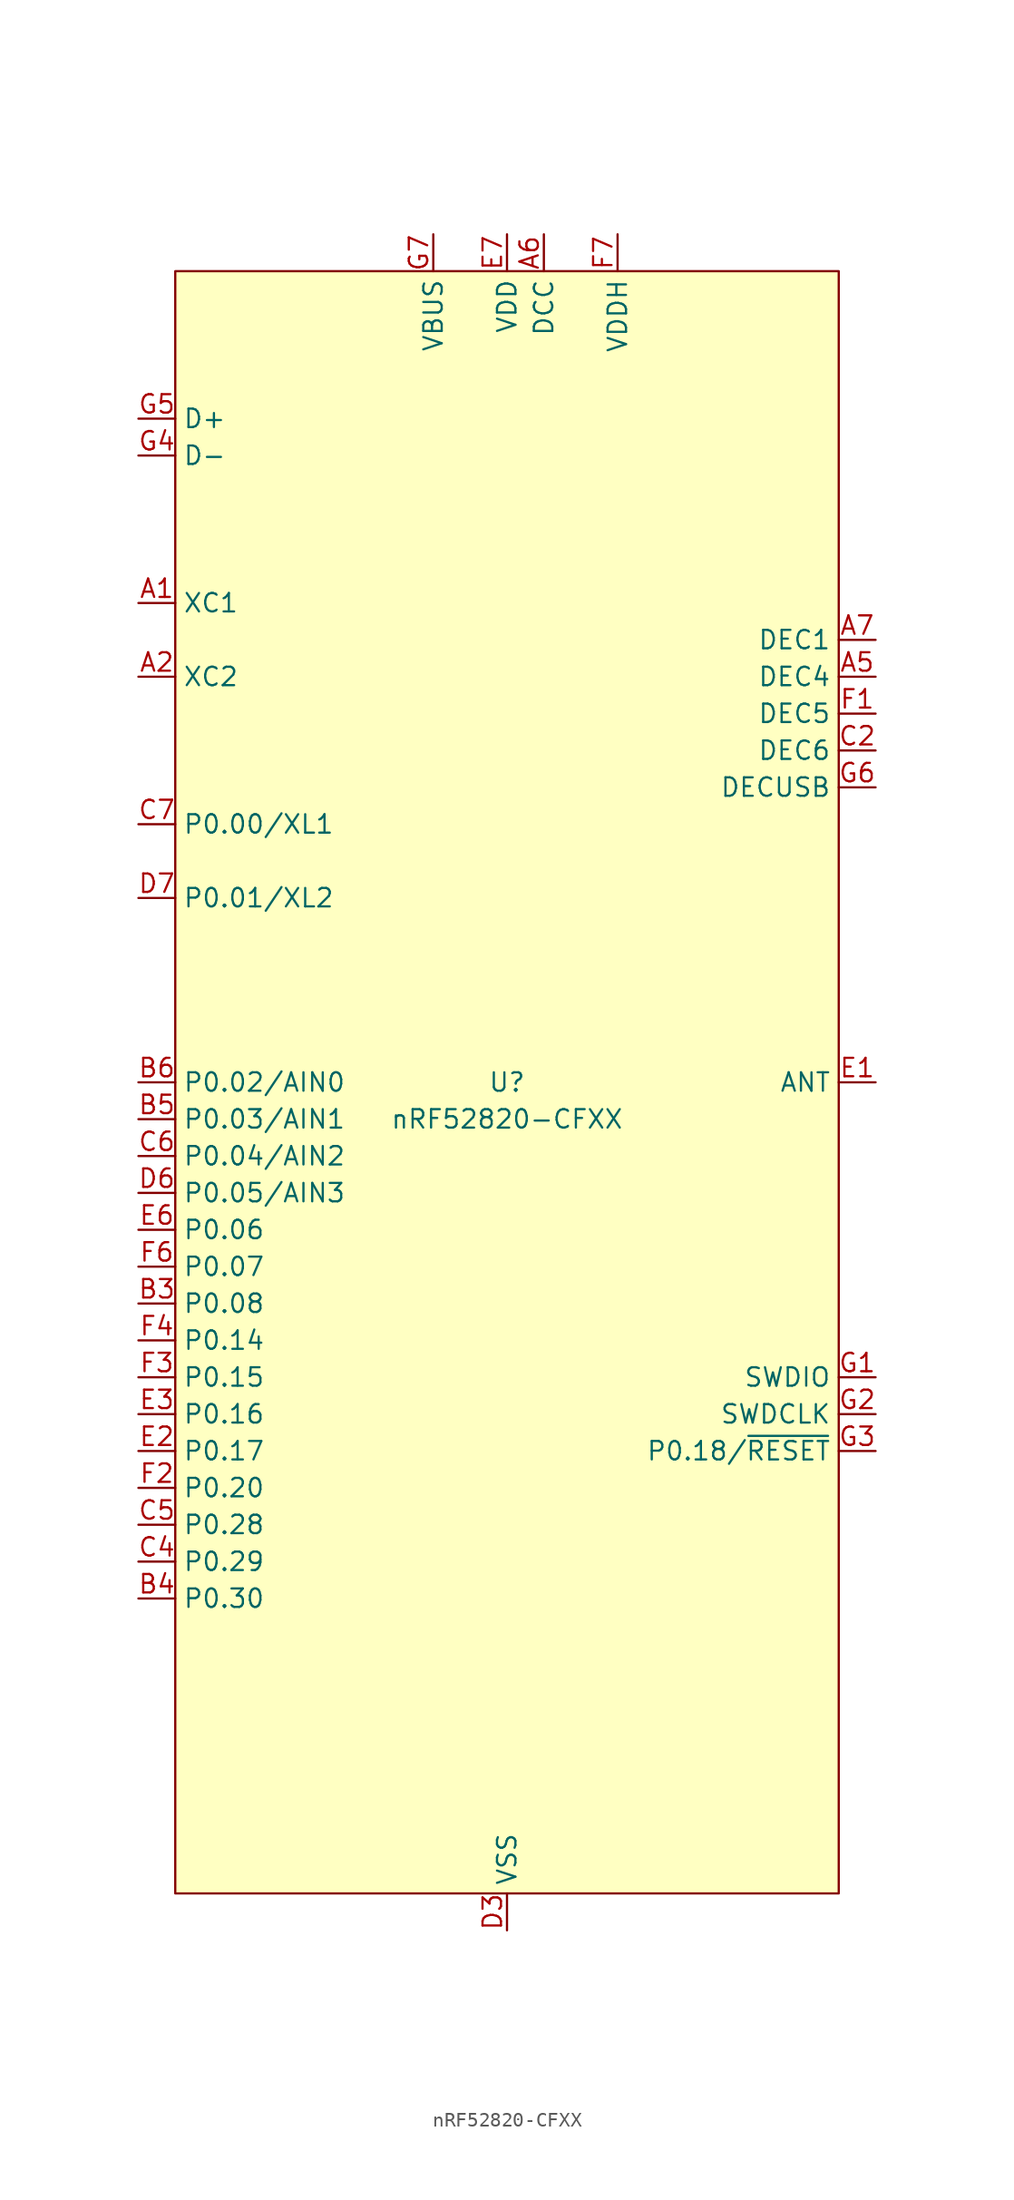
<source format=kicad_sym>
(kicad_symbol_lib
  (version 20241209)
  (generator "kicad_symbol_editor")
  (generator_version "9.0")
  (symbol "nRF52820-CFXX"
    (property "Reference" "U"
      (at 0 0 0)
      (do_not_autoplace)
      (effects (font (size 1.27 1.27))))
    (property "Value" "nRF52820-CFXX"
      (at 0 -2.54 0)
      (do_not_autoplace)
      (effects (font (size 1.27 1.27))))
    (symbol "nRF52820-CFXX_0_0"
      (pin unspecified line (at -25.4 45.72 0) (length 2.54) (name "D+" (effects (font (size 1.27 1.27)))) (number "G5" (effects (font (size 1.27 1.27)))))
      (pin unspecified line (at -25.4 43.18 0) (length 2.54) (name "D-" (effects (font (size 1.27 1.27)))) (number "G4" (effects (font (size 1.27 1.27)))))
      (pin unspecified line (at -25.4 33.02 0) (length 2.54) (name "XC1" (effects (font (size 1.27 1.27)))) (number "A1" (effects (font (size 1.27 1.27)))))
      (pin unspecified line (at -25.4 27.94 0) (length 2.54) (name "XC2" (effects (font (size 1.27 1.27)))) (number "A2" (effects (font (size 1.27 1.27)))))
      (pin unspecified line (at -25.4 17.78 0) (length 2.54) (name "P0.00/XL1" (effects (font (size 1.27 1.27)))) (number "C7" (effects (font (size 1.27 1.27)))))
      (pin unspecified line (at -25.4 12.7 0) (length 2.54) (name "P0.01/XL2" (effects (font (size 1.27 1.27)))) (number "D7" (effects (font (size 1.27 1.27)))))
      (pin unspecified line (at -25.4 0 0) (length 2.54) (name "P0.02/AIN0" (effects (font (size 1.27 1.27)))) (number "B6" (effects (font (size 1.27 1.27)))))
      (pin unspecified line (at -25.4 -2.54 0) (length 2.54) (name "P0.03/AIN1" (effects (font (size 1.27 1.27)))) (number "B5" (effects (font (size 1.27 1.27)))))
      (pin unspecified line (at -25.4 -5.08 0) (length 2.54) (name "P0.04/AIN2" (effects (font (size 1.27 1.27)))) (number "C6" (effects (font (size 1.27 1.27)))))
      (pin unspecified line (at -25.4 -7.62 0) (length 2.54) (name "P0.05/AIN3" (effects (font (size 1.27 1.27)))) (number "D6" (effects (font (size 1.27 1.27)))))
      (pin unspecified line (at -25.4 -10.16 0) (length 2.54) (name "P0.06" (effects (font (size 1.27 1.27)))) (number "E6" (effects (font (size 1.27 1.27)))))
      (pin unspecified line (at -25.4 -12.7 0) (length 2.54) (name "P0.07" (effects (font (size 1.27 1.27)))) (number "F6" (effects (font (size 1.27 1.27)))))
      (pin unspecified line (at -25.4 -15.24 0) (length 2.54) (name "P0.08" (effects (font (size 1.27 1.27)))) (number "B3" (effects (font (size 1.27 1.27)))))
      (pin unspecified line (at -25.4 -17.78 0) (length 2.54) (name "P0.14" (effects (font (size 1.27 1.27)))) (number "F4" (effects (font (size 1.27 1.27)))))
      (pin unspecified line (at -25.4 -20.32 0) (length 2.54) (name "P0.15" (effects (font (size 1.27 1.27)))) (number "F3" (effects (font (size 1.27 1.27)))))
      (pin unspecified line (at -25.4 -22.86 0) (length 2.54) (name "P0.16" (effects (font (size 1.27 1.27)))) (number "E3" (effects (font (size 1.27 1.27)))))
      (pin unspecified line (at -25.4 -25.4 0) (length 2.54) (name "P0.17" (effects (font (size 1.27 1.27)))) (number "E2" (effects (font (size 1.27 1.27)))))
      (pin unspecified line (at -25.4 -27.94 0) (length 2.54) (name "P0.20" (effects (font (size 1.27 1.27)))) (number "F2" (effects (font (size 1.27 1.27)))))
      (pin unspecified line (at -25.4 -30.48 0) (length 2.54) (name "P0.28" (effects (font (size 1.27 1.27)))) (number "C5" (effects (font (size 1.27 1.27)))))
      (pin unspecified line (at -25.4 -33.02 0) (length 2.54) (name "P0.29" (effects (font (size 1.27 1.27)))) (number "C4" (effects (font (size 1.27 1.27)))))
      (pin unspecified line (at -25.4 -35.56 0) (length 2.54) (name "P0.30" (effects (font (size 1.27 1.27)))) (number "B4" (effects (font (size 1.27 1.27)))))
      (pin unspecified line (at -5.08 58.42 270) (length 2.54) (name "VBUS" (effects (font (size 1.27 1.27)))) (number "G7" (effects (font (size 1.27 1.27)))))
      (pin unspecified line (at 0 58.42 270) (length 2.54) (name "VDD" (effects (font (size 1.27 1.27)))) (number "E7" (effects (font (size 1.27 1.27)))))
      (pin unspecified line (at 0 -58.42 90) (length 2.54) (name "VSS" (effects (font (size 1.27 1.27)))) (number "D3" (effects (font (size 1.27 1.27)))))
      (pin unspecified line (at 2.54 58.42 270) (length 2.54) (name "DCC" (effects (font (size 1.27 1.27)))) (number "A6" (effects (font (size 1.27 1.27)))))
      (pin unspecified line (at 7.62 58.42 270) (length 2.54) (name "VDDH" (effects (font (size 1.27 1.27)))) (number "F7" (effects (font (size 1.27 1.27)))))
      (pin unspecified line (at 25.4 20.32 180) (length 2.54) (name "DECUSB" (effects (font (size 1.27 1.27)))) (number "G6" (effects (font (size 1.27 1.27)))))
      (pin unspecified line (at 25.4 0 180) (length 2.54) (name "ANT" (effects (font (size 1.27 1.27)))) (number "E1" (effects (font (size 1.27 1.27)))))
      (pin unspecified line (at 25.4 -20.32 180) (length 2.54) (name "SWDIO" (effects (font (size 1.27 1.27)))) (number "G1" (effects (font (size 1.27 1.27)))))
      (pin unspecified line (at 25.4 -22.86 180) (length 2.54) (name "SWDCLK" (effects (font (size 1.27 1.27)))) (number "G2" (effects (font (size 1.27 1.27))))))
    (symbol "nRF52820-CFXX_1_0"
      (pin unspecified line (at 0 58.42 270) (length 2.54) (hide yes) (name "VDD" (effects (font (size 1.27 1.27)))) (number "A3" (effects (font (size 1.27 1.27)))))
      (pin unspecified line (at 0 58.42 270) (length 2.54) (hide yes) (name "VDD" (effects (font (size 1.27 1.27)))) (number "B7" (effects (font (size 1.27 1.27)))))
      (pin unspecified line (at 0 -58.42 90) (length 2.54) (hide yes) (name "VSS" (effects (font (size 1.27 1.27)))) (number "A4" (effects (font (size 1.27 1.27)))))
      (pin unspecified line (at 0 -58.42 90) (length 2.54) (hide yes) (name "VSS_PA" (effects (font (size 1.27 1.27)))) (number "C1" (effects (font (size 1.27 1.27)))))
      (pin unspecified line (at 0 -58.42 90) (length 2.54) (hide yes) (name "VSS" (effects (font (size 1.27 1.27)))) (number "D4" (effects (font (size 1.27 1.27)))))
      (pin unspecified line (at 0 -58.42 90) (length 2.54) (hide yes) (name "VSS" (effects (font (size 1.27 1.27)))) (number "D5" (effects (font (size 1.27 1.27)))))
      (pin unspecified line (at 0 -58.42 90) (length 2.54) (hide yes) (name "VSS" (effects (font (size 1.27 1.27)))) (number "E4" (effects (font (size 1.27 1.27)))))
      (pin unspecified line (at 0 -58.42 90) (length 2.54) (hide yes) (name "VSS" (effects (font (size 1.27 1.27)))) (number "E5" (effects (font (size 1.27 1.27)))))
      (pin unspecified line (at 0 -58.42 90) (length 2.54) (hide yes) (name "VSS" (effects (font (size 1.27 1.27)))) (number "F5" (effects (font (size 1.27 1.27)))))
      (pin unspecified line (at 25.4 30.48 180) (length 2.54) (name "DEC1" (effects (font (size 1.27 1.27)))) (number "A7" (effects (font (size 1.27 1.27)))))
      (pin unspecified line (at 25.4 27.94 180) (length 2.54) (name "DEC4" (effects (font (size 1.27 1.27)))) (number "A5" (effects (font (size 1.27 1.27)))))
      (pin unspecified line (at 25.4 25.4 180) (length 2.54) (name "DEC5" (effects (font (size 1.27 1.27)))) (number "F1" (effects (font (size 1.27 1.27)))))
      (pin unspecified line (at 25.4 22.86 180) (length 2.54) (name "DEC6" (effects (font (size 1.27 1.27)))) (number "C2" (effects (font (size 1.27 1.27)))))
      (pin unspecified line (at 25.4 -25.4 180) (length 2.54) (name "P0.18/~{RESET}" (effects (font (size 1.27 1.27)))) (number "G3" (effects (font (size 1.27 1.27))))))
    (symbol "nRF52820-CFXX_1_1"
      (rectangle (start -22.86 55.88) (end 22.86 -55.88) (stroke (width 0) (type default)) (fill (type background))))))
</source>
